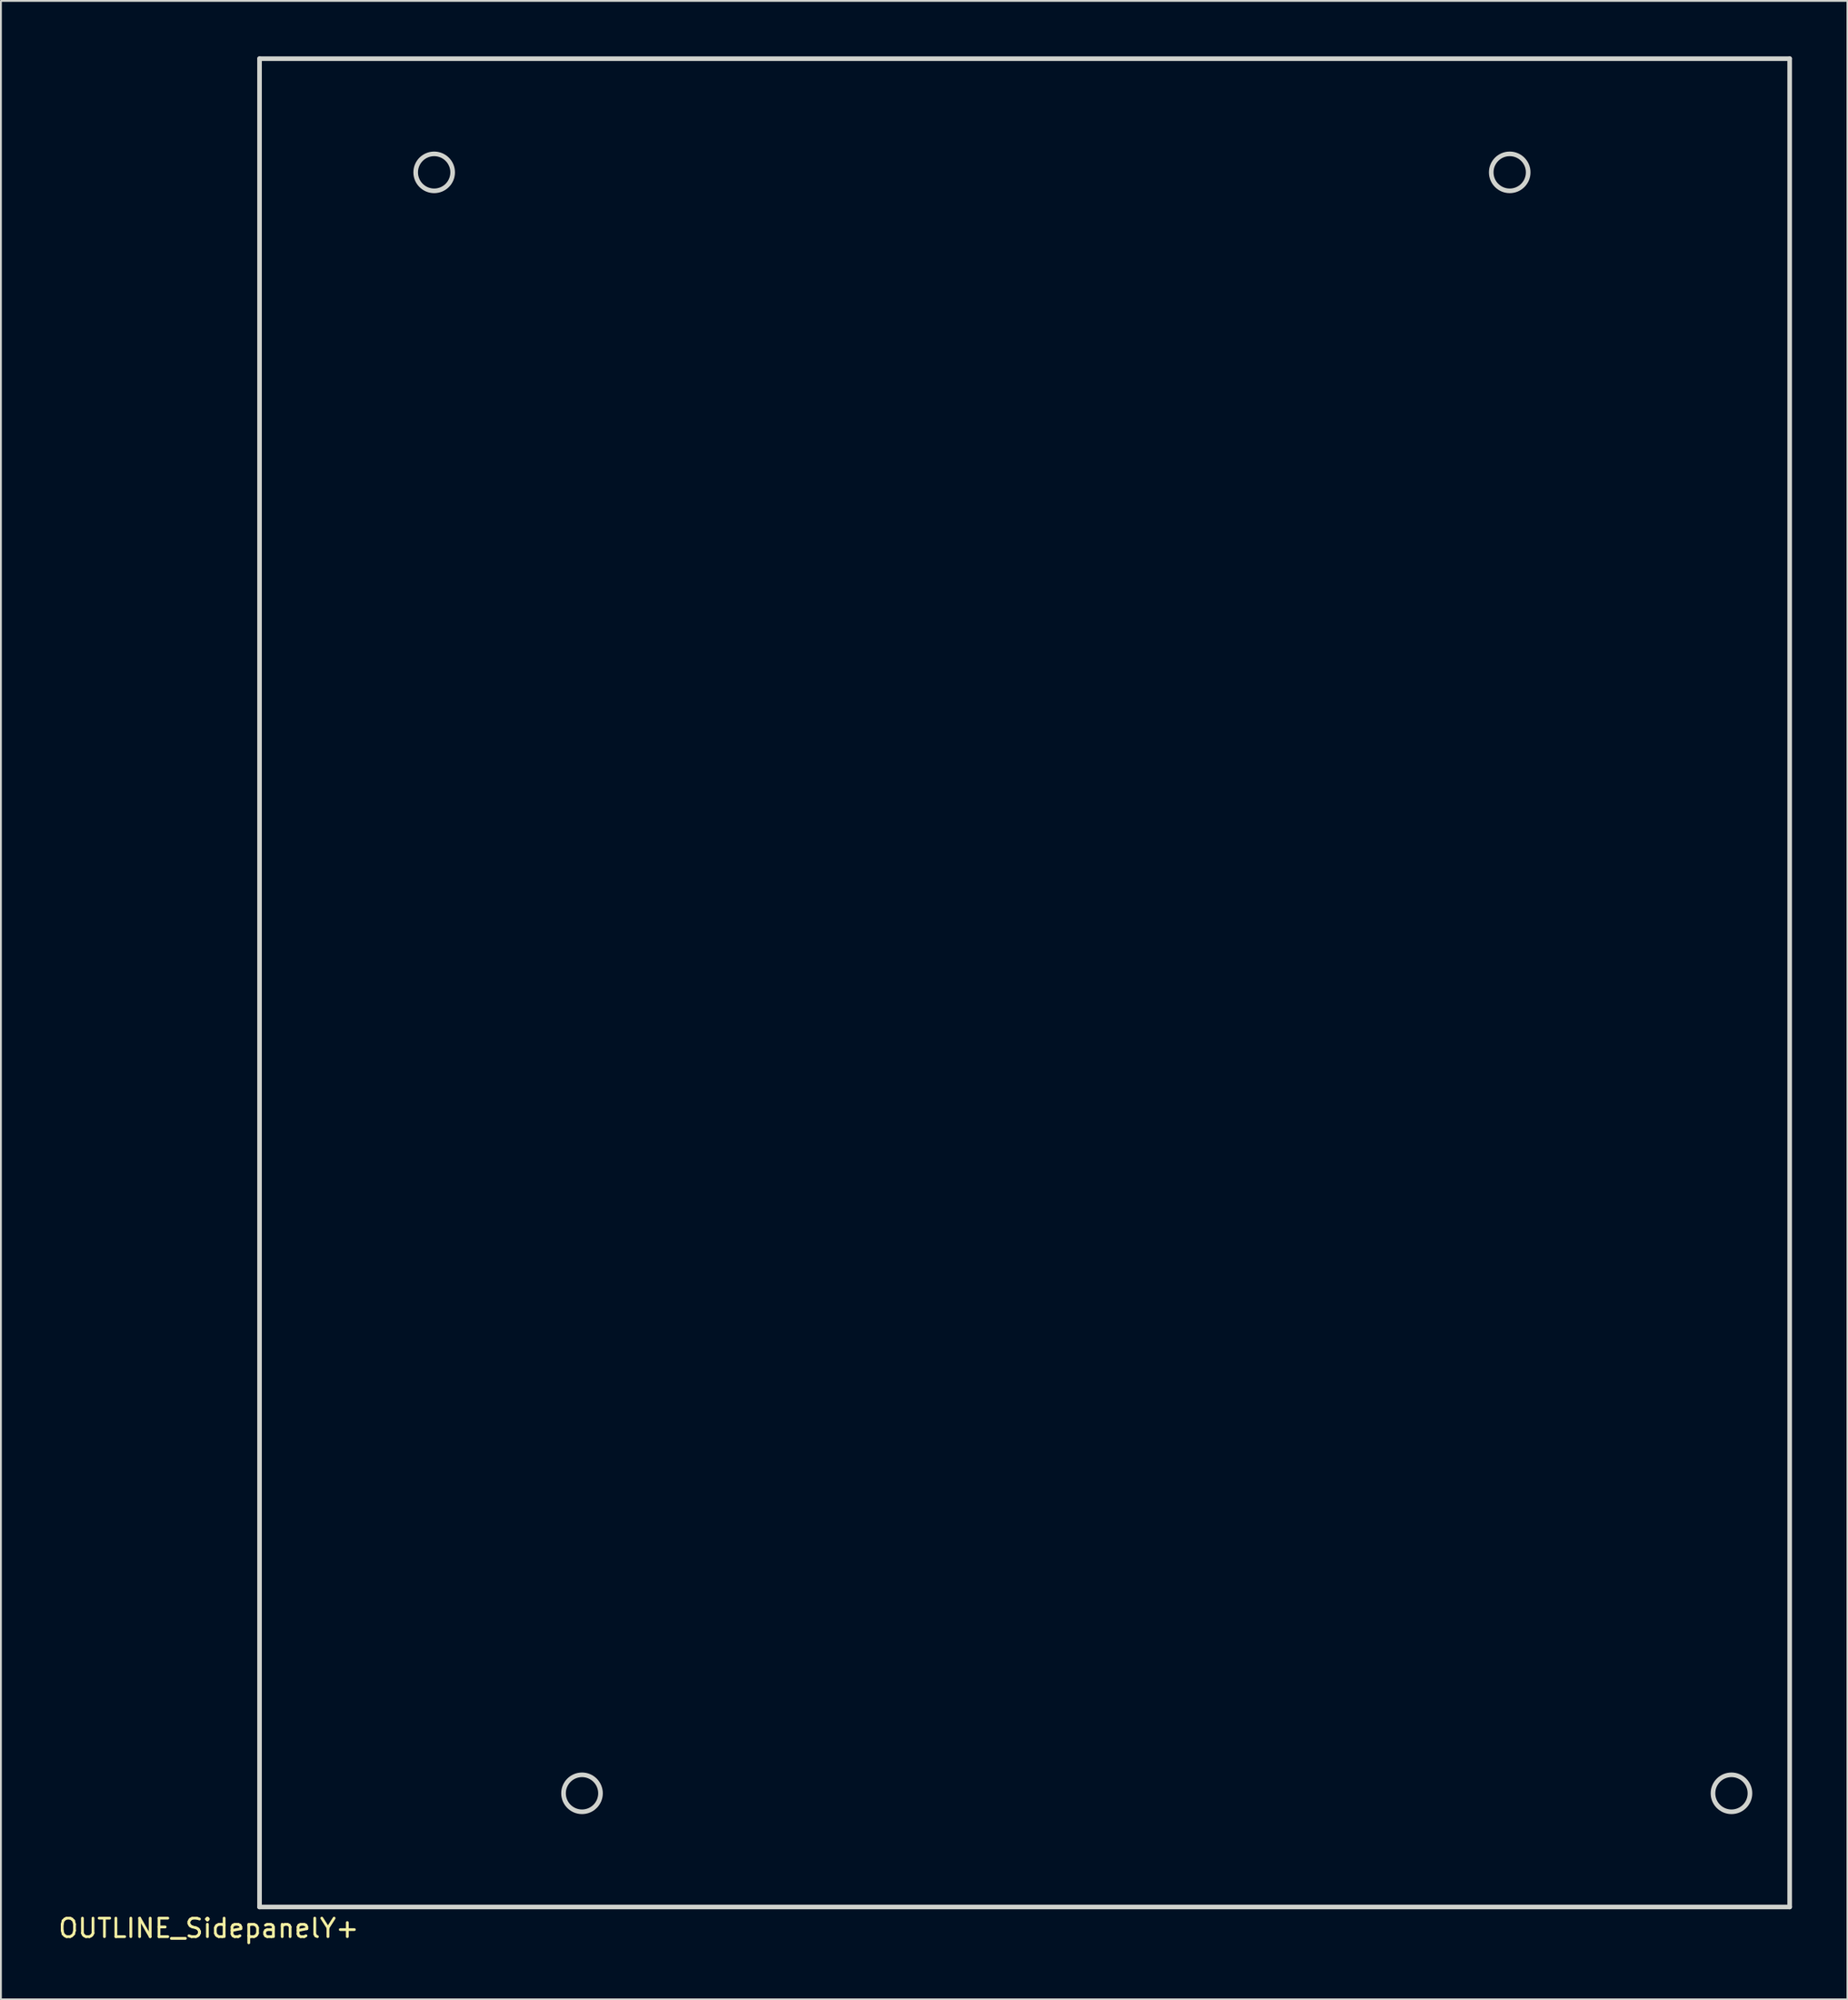
<source format=kicad_pcb>
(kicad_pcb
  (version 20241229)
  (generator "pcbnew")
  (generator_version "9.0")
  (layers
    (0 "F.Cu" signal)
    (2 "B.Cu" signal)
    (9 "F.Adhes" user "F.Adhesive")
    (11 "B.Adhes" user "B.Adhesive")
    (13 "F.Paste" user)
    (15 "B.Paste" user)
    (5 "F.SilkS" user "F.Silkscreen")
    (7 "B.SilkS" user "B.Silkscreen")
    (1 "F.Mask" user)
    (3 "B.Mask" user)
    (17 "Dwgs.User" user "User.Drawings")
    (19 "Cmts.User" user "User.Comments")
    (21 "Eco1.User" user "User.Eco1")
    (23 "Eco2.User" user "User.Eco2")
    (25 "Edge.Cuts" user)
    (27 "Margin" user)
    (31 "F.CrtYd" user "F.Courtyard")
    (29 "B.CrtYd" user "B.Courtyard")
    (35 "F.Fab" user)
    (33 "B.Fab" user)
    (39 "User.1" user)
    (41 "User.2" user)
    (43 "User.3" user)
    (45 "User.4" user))
  (footprint "OUTLINE_SidepanelY+"
    (layer "F.Cu")
    (at 52.394 50.125)
    (property "Reference" "OUTLINE_SidepanelY+" (at -44.15 51.15 0) (unlocked yes) (layer "F.SilkS") (effects (font (size 1 1) (thickness 0.15))))
    (attr exclude_from_bom)
    (fp_line (start -41.4 -50) (end -41.4 50) (stroke (width 0.25) (type solid)) (layer "Edge.Cuts"))
    (fp_line (start -41.4 -50) (end 41.4 -50) (stroke (width 0.25) (type solid)) (layer "Edge.Cuts"))
    (fp_line (start -41.4 50) (end 41.4 50) (stroke (width 0.25) (type solid)) (layer "Edge.Cuts"))
    (fp_line (start 41.4 -50) (end 41.4 50) (stroke (width 0.25) (type solid)) (layer "Edge.Cuts"))
    (fp_circle (center -31.95 -43.85) (end -30.95 -43.85) (stroke (width 0.25) (type solid)) (fill no) (layer "Edge.Cuts"))
    (fp_circle (center -23.95 43.85) (end -22.95 43.85) (stroke (width 0.25) (type solid)) (fill no) (layer "Edge.Cuts"))
    (fp_circle (center 26.25 -43.85) (end 27.25 -43.85) (stroke (width 0.25) (type solid)) (fill no) (layer "Edge.Cuts"))
    (fp_circle (center 38.25 43.85) (end 39.25 43.85) (stroke (width 0.25) (type solid)) (fill no) (layer "Edge.Cuts")))
  (gr_rect
    (start -3 -3)
    (end 96.919 105.123)
    (stroke (width 0.1) (type default))
    (fill no)
    (layer "Edge.Cuts")))
</source>
